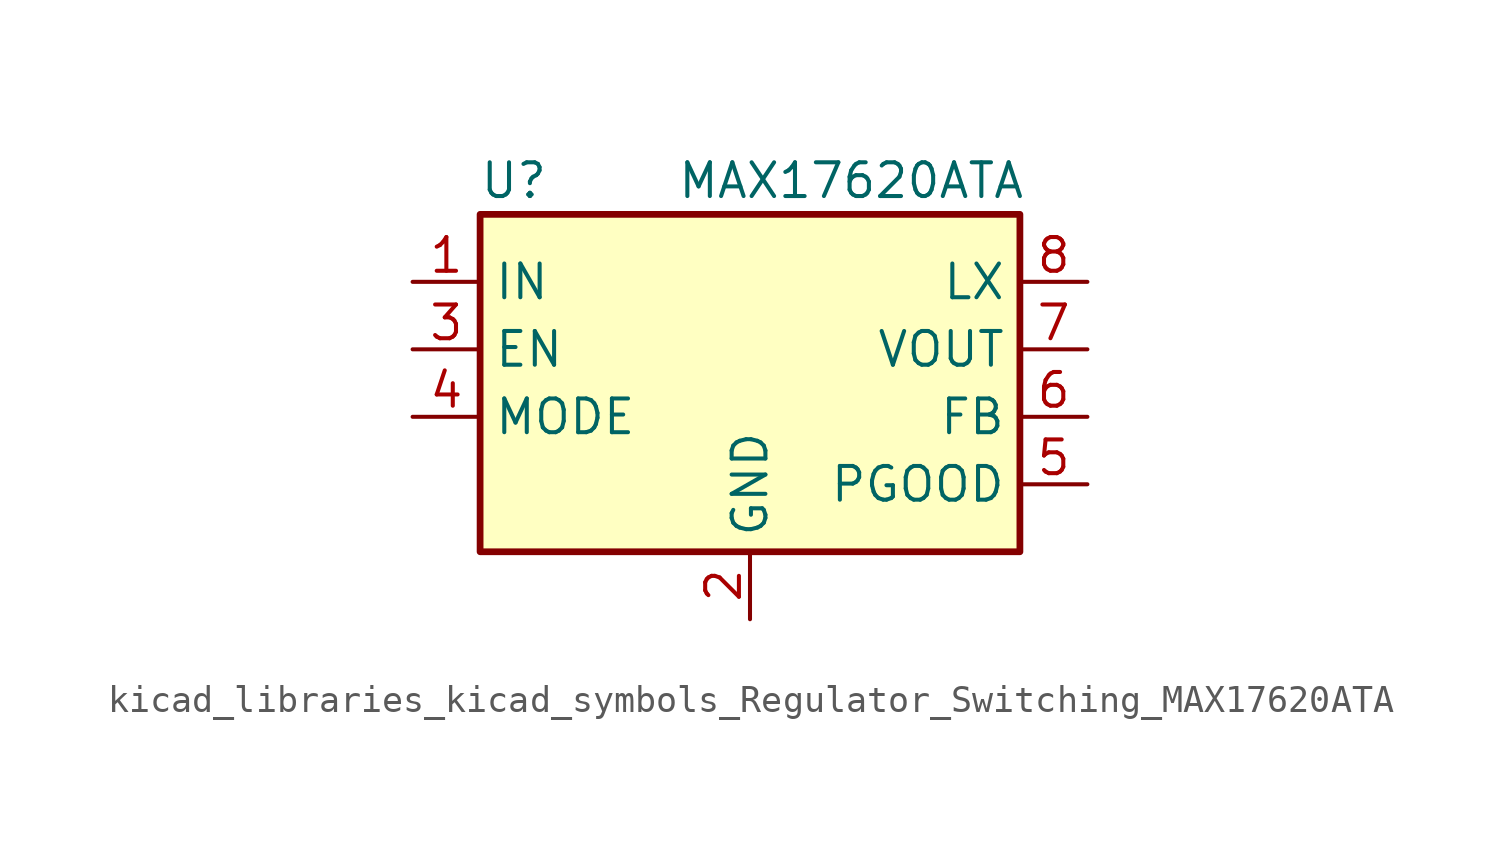
<source format=kicad_sym>
(kicad_symbol_lib
  (version 20220914)
  (generator kicad_symbol_editor)
  (symbol "kicad_libraries_kicad_symbols_Regulator_Switching_MAX17620ATA"
    (property "Reference" "U"
      (at -8.89 6.35 0)
      (effects (font (size 1.27 1.27))))
    (property "Value" "MAX17620ATA"
      (at 3.81 6.35 0)
      (effects (font (size 1.27 1.27))))
    (symbol "kicad_libraries_kicad_symbols_Regulator_Switching_MAX17620ATA_0_1"
      (rectangle (start -10.16 5.08) (end 10.16 -7.62) (stroke (width 0.254) (type default)) (fill (type background))))
    (symbol "kicad_libraries_kicad_symbols_Regulator_Switching_MAX17620ATA_1_1"
      (pin power_in line (at -12.7 2.54 0) (length 2.54) (name "IN" (effects (font (size 1.27 1.27)))) (number "1" (effects (font (size 1.27 1.27)))))
      (pin power_in line (at 0 -10.16 90) (length 2.54) (name "GND" (effects (font (size 1.27 1.27)))) (number "2" (effects (font (size 1.27 1.27)))))
      (pin input line (at -12.7 0 0) (length 2.54) (name "EN" (effects (font (size 1.27 1.27)))) (number "3" (effects (font (size 1.27 1.27)))))
      (pin input line (at -12.7 -2.54 0) (length 2.54) (name "MODE" (effects (font (size 1.27 1.27)))) (number "4" (effects (font (size 1.27 1.27)))))
      (pin open_collector line (at 12.7 -5.08 180) (length 2.54) (name "PGOOD" (effects (font (size 1.27 1.27)))) (number "5" (effects (font (size 1.27 1.27)))))
      (pin input line (at 12.7 -2.54 180) (length 2.54) (name "FB" (effects (font (size 1.27 1.27)))) (number "6" (effects (font (size 1.27 1.27)))))
      (pin input line (at 12.7 0 180) (length 2.54) (name "VOUT" (effects (font (size 1.27 1.27)))) (number "7" (effects (font (size 1.27 1.27)))))
      (pin power_out line (at 12.7 2.54 180) (length 2.54) (name "LX" (effects (font (size 1.27 1.27)))) (number "8" (effects (font (size 1.27 1.27)))))
      (pin passive line (at 0 -10.16 90) (length 2.54) hide (name "GND" (effects (font (size 1.27 1.27)))) (number "9" (effects (font (size 1.27 1.27))))))))
</source>
